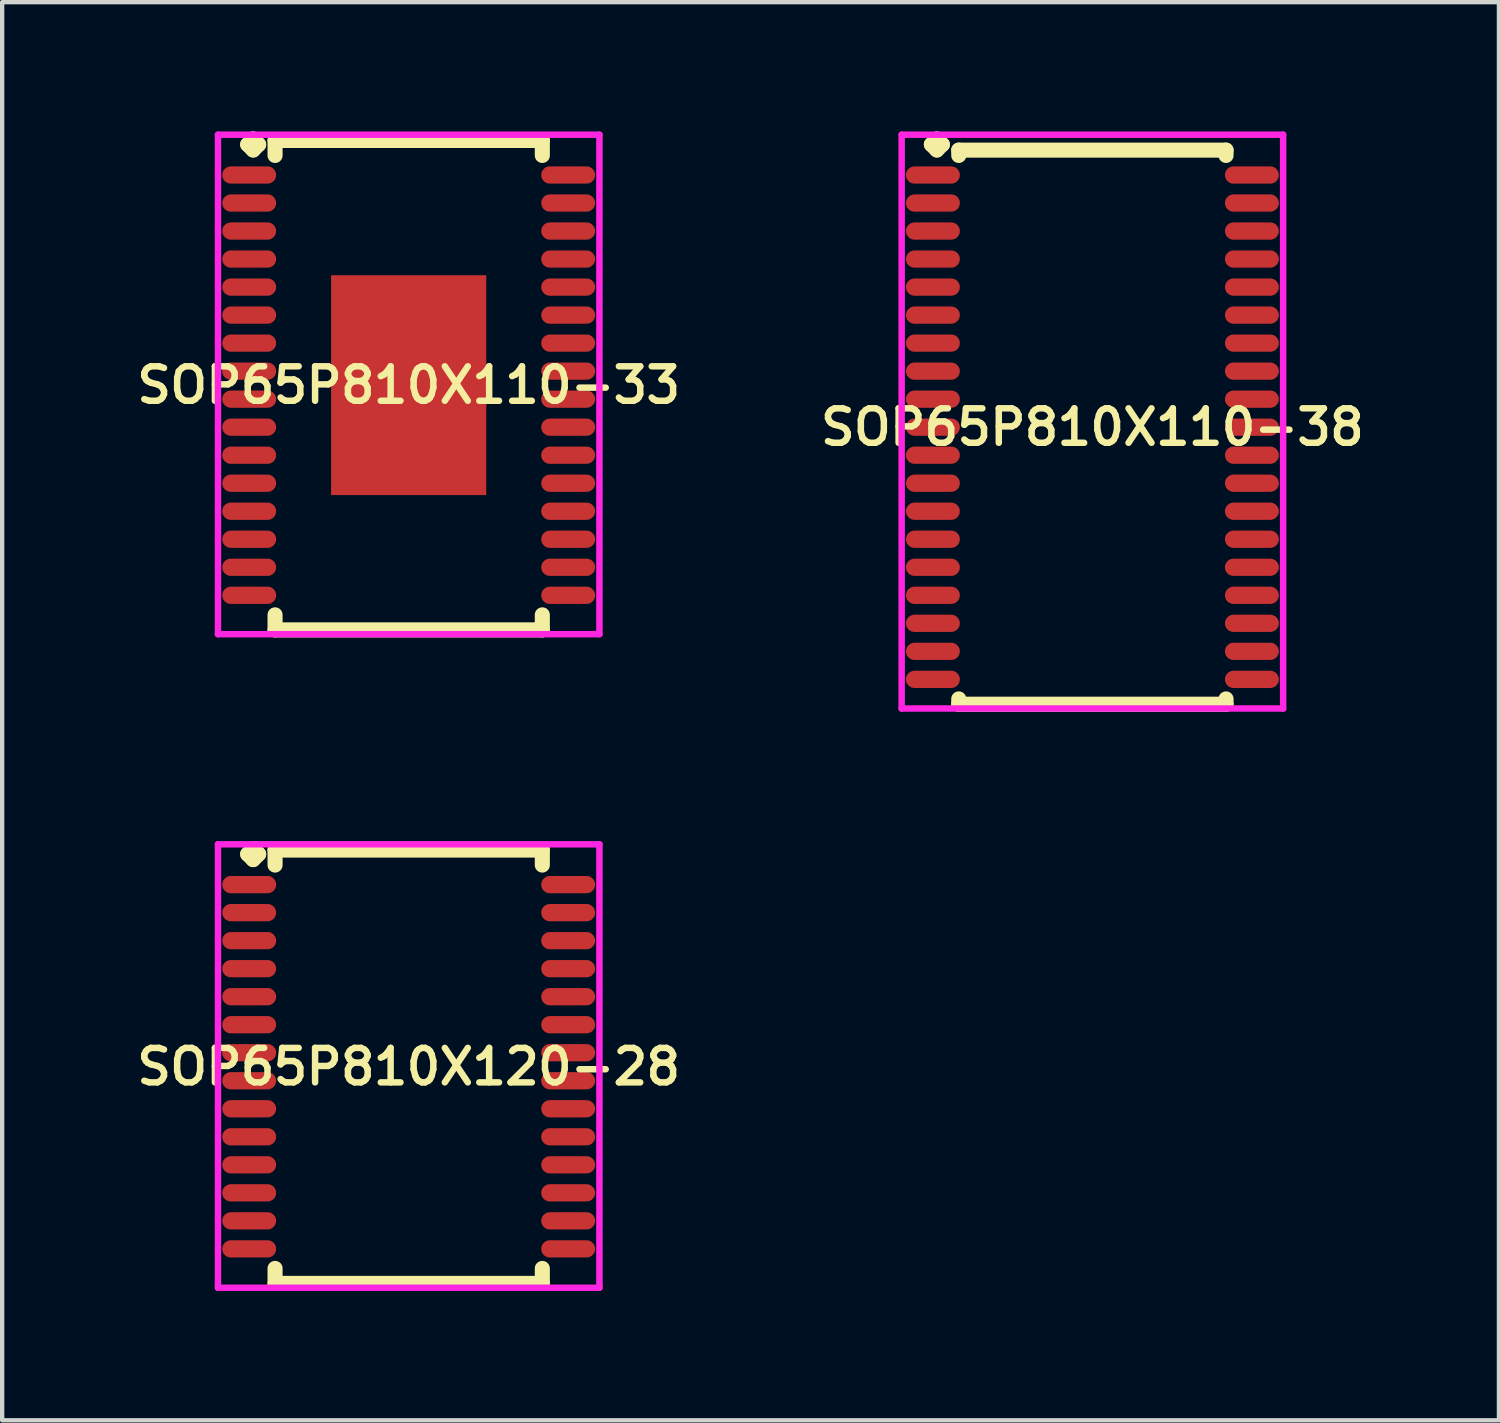
<source format=kicad_pcb>
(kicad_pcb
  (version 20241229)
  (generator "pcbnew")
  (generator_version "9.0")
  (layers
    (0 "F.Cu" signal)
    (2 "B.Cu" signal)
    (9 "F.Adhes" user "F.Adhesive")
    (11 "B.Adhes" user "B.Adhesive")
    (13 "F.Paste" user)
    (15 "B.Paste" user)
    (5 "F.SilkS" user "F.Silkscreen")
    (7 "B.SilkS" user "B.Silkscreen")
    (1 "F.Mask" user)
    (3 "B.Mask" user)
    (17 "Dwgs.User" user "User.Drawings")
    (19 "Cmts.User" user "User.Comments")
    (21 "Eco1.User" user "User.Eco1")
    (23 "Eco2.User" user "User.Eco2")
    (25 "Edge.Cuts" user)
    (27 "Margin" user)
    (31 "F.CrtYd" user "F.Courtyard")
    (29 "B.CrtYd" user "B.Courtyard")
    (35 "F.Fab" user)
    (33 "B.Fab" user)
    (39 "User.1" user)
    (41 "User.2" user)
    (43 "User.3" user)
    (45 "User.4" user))
  (footprint "SOP65P810X110-38"
    (layer "F.Cu")
    (at 22.292 6.86)
    (property "Reference" "SOP65P810X110-38" (at 0 0 0) (layer "F.SilkS") (effects (font (size 0.8 0.8) (thickness 0.15))))
    (attr smd)
    (fp_line (start -3.735 -6.558) (end -3.608 -6.685) (stroke (width 0.35) (type solid)) (layer "F.SilkS"))
    (fp_line (start -3.608 -6.685) (end -3.481 -6.558) (stroke (width 0.35) (type solid)) (layer "F.SilkS"))
    (fp_line (start -3.608 -6.431) (end -3.735 -6.558) (stroke (width 0.35) (type solid)) (layer "F.SilkS"))
    (fp_line (start -3.481 -6.558) (end -3.608 -6.431) (stroke (width 0.35) (type solid)) (layer "F.SilkS"))
    (fp_line (start -3.1 -6.427) (end 3.1 -6.427) (stroke (width 0.35) (type solid)) (layer "F.SilkS"))
    (fp_line (start -3.1 -6.304) (end -3.1 -6.427) (stroke (width 0.35) (type solid)) (layer "F.SilkS"))
    (fp_line (start -3.1 6.304) (end -3.1 6.427) (stroke (width 0.35) (type solid)) (layer "F.SilkS"))
    (fp_line (start -3.1 6.427) (end 3.1 6.427) (stroke (width 0.35) (type solid)) (layer "F.SilkS"))
    (fp_line (start 3.1 -6.427) (end 3.1 -6.304) (stroke (width 0.35) (type solid)) (layer "F.SilkS"))
    (fp_line (start 3.1 6.427) (end 3.1 6.304) (stroke (width 0.35) (type solid)) (layer "F.SilkS"))
    (fp_line (start -4.425 -6.785) (end 4.425 -6.785) (stroke (width 0.15) (type solid)) (layer "F.CrtYd"))
    (fp_line (start -4.425 6.527) (end -4.425 -6.785) (stroke (width 0.15) (type solid)) (layer "F.CrtYd"))
    (fp_line (start 4.425 -6.785) (end 4.425 6.527) (stroke (width 0.15) (type solid)) (layer "F.CrtYd"))
    (fp_line (start 4.425 6.527) (end -4.425 6.527) (stroke (width 0.15) (type solid)) (layer "F.CrtYd"))
    (pad "1" smd oval (at -3.7 -5.85) (size 1.25 0.4) (layers "F.Cu" "F.Mask" "F.Paste"))
    (pad "2" smd oval (at -3.7 -5.2) (size 1.25 0.4) (layers "F.Cu" "F.Mask" "F.Paste"))
    (pad "3" smd oval (at -3.7 -4.55) (size 1.25 0.4) (layers "F.Cu" "F.Mask" "F.Paste"))
    (pad "4" smd oval (at -3.7 -3.9) (size 1.25 0.4) (layers "F.Cu" "F.Mask" "F.Paste"))
    (pad "5" smd oval (at -3.7 -3.25) (size 1.25 0.4) (layers "F.Cu" "F.Mask" "F.Paste"))
    (pad "6" smd oval (at -3.7 -2.6) (size 1.25 0.4) (layers "F.Cu" "F.Mask" "F.Paste"))
    (pad "7" smd oval (at -3.7 -1.95) (size 1.25 0.4) (layers "F.Cu" "F.Mask" "F.Paste"))
    (pad "8" smd oval (at -3.7 -1.3) (size 1.25 0.4) (layers "F.Cu" "F.Mask" "F.Paste"))
    (pad "9" smd oval (at -3.7 -0.65) (size 1.25 0.4) (layers "F.Cu" "F.Mask" "F.Paste"))
    (pad "10" smd oval (at -3.7 0) (size 1.25 0.4) (layers "F.Cu" "F.Mask" "F.Paste"))
    (pad "11" smd oval (at -3.7 0.65) (size 1.25 0.4) (layers "F.Cu" "F.Mask" "F.Paste"))
    (pad "12" smd oval (at -3.7 1.3) (size 1.25 0.4) (layers "F.Cu" "F.Mask" "F.Paste"))
    (pad "13" smd oval (at -3.7 1.95) (size 1.25 0.4) (layers "F.Cu" "F.Mask" "F.Paste"))
    (pad "14" smd oval (at -3.7 2.6) (size 1.25 0.4) (layers "F.Cu" "F.Mask" "F.Paste"))
    (pad "15" smd oval (at -3.7 3.25) (size 1.25 0.4) (layers "F.Cu" "F.Mask" "F.Paste"))
    (pad "16" smd oval (at -3.7 3.9) (size 1.25 0.4) (layers "F.Cu" "F.Mask" "F.Paste"))
    (pad "17" smd oval (at -3.7 4.55) (size 1.25 0.4) (layers "F.Cu" "F.Mask" "F.Paste"))
    (pad "18" smd oval (at -3.7 5.2) (size 1.25 0.4) (layers "F.Cu" "F.Mask" "F.Paste"))
    (pad "19" smd oval (at -3.7 5.85) (size 1.25 0.4) (layers "F.Cu" "F.Mask" "F.Paste"))
    (pad "20" smd oval (at 3.7 5.85) (size 1.25 0.4) (layers "F.Cu" "F.Mask" "F.Paste"))
    (pad "21" smd oval (at 3.7 5.2) (size 1.25 0.4) (layers "F.Cu" "F.Mask" "F.Paste"))
    (pad "22" smd oval (at 3.7 4.55) (size 1.25 0.4) (layers "F.Cu" "F.Mask" "F.Paste"))
    (pad "23" smd oval (at 3.7 3.9) (size 1.25 0.4) (layers "F.Cu" "F.Mask" "F.Paste"))
    (pad "24" smd oval (at 3.7 3.25) (size 1.25 0.4) (layers "F.Cu" "F.Mask" "F.Paste"))
    (pad "25" smd oval (at 3.7 2.6) (size 1.25 0.4) (layers "F.Cu" "F.Mask" "F.Paste"))
    (pad "26" smd oval (at 3.7 1.95) (size 1.25 0.4) (layers "F.Cu" "F.Mask" "F.Paste"))
    (pad "27" smd oval (at 3.7 1.3) (size 1.25 0.4) (layers "F.Cu" "F.Mask" "F.Paste"))
    (pad "28" smd oval (at 3.7 0.65) (size 1.25 0.4) (layers "F.Cu" "F.Mask" "F.Paste"))
    (pad "29" smd oval (at 3.7 0) (size 1.25 0.4) (layers "F.Cu" "F.Mask" "F.Paste"))
    (pad "30" smd oval (at 3.7 -0.65) (size 1.25 0.4) (layers "F.Cu" "F.Mask" "F.Paste"))
    (pad "31" smd oval (at 3.7 -1.3) (size 1.25 0.4) (layers "F.Cu" "F.Mask" "F.Paste"))
    (pad "32" smd oval (at 3.7 -1.95) (size 1.25 0.4) (layers "F.Cu" "F.Mask" "F.Paste"))
    (pad "33" smd oval (at 3.7 -2.6) (size 1.25 0.4) (layers "F.Cu" "F.Mask" "F.Paste"))
    (pad "34" smd oval (at 3.7 -3.25) (size 1.25 0.4) (layers "F.Cu" "F.Mask" "F.Paste"))
    (pad "35" smd oval (at 3.7 -3.9) (size 1.25 0.4) (layers "F.Cu" "F.Mask" "F.Paste"))
    (pad "36" smd oval (at 3.7 -4.55) (size 1.25 0.4) (layers "F.Cu" "F.Mask" "F.Paste"))
    (pad "37" smd oval (at 3.7 -5.2) (size 1.25 0.4) (layers "F.Cu" "F.Mask" "F.Paste"))
    (pad "38" smd oval (at 3.7 -5.85) (size 1.25 0.4) (layers "F.Cu" "F.Mask" "F.Paste")))
  (footprint "SOP65P810X110-33"
    (layer "F.Cu")
    (at 6.431 5.885)
    (property "Reference" "SOP65P810X110-33" (at 0 0 0) (layer "F.SilkS") (effects (font (size 0.8 0.8) (thickness 0.15))))
    (attr through_hole)
    (fp_line (start -3.735 -5.583) (end -3.608 -5.71) (stroke (width 0.35) (type solid)) (layer "F.SilkS"))
    (fp_line (start -3.608 -5.71) (end -3.481 -5.583) (stroke (width 0.35) (type solid)) (layer "F.SilkS"))
    (fp_line (start -3.608 -5.456) (end -3.735 -5.583) (stroke (width 0.35) (type solid)) (layer "F.SilkS"))
    (fp_line (start -3.481 -5.583) (end -3.608 -5.456) (stroke (width 0.35) (type solid)) (layer "F.SilkS"))
    (fp_line (start -3.1 -5.677) (end 3.1 -5.677) (stroke (width 0.35) (type solid)) (layer "F.SilkS"))
    (fp_line (start -3.1 -5.329) (end -3.1 -5.677) (stroke (width 0.35) (type solid)) (layer "F.SilkS"))
    (fp_line (start -3.1 5.329) (end -3.1 5.677) (stroke (width 0.35) (type solid)) (layer "F.SilkS"))
    (fp_line (start -3.1 5.677) (end 3.1 5.677) (stroke (width 0.35) (type solid)) (layer "F.SilkS"))
    (fp_line (start 3.1 -5.677) (end 3.1 -5.329) (stroke (width 0.35) (type solid)) (layer "F.SilkS"))
    (fp_line (start 3.1 5.677) (end 3.1 5.329) (stroke (width 0.35) (type solid)) (layer "F.SilkS"))
    (fp_line (start -4.425 -5.81) (end 4.425 -5.81) (stroke (width 0.15) (type solid)) (layer "F.CrtYd"))
    (fp_line (start -4.425 5.777) (end -4.425 -5.81) (stroke (width 0.15) (type solid)) (layer "F.CrtYd"))
    (fp_line (start 4.425 -5.81) (end 4.425 5.777) (stroke (width 0.15) (type solid)) (layer "F.CrtYd"))
    (fp_line (start 4.425 5.777) (end -4.425 5.777) (stroke (width 0.15) (type solid)) (layer "F.CrtYd"))
    (pad "1" smd oval (at -3.7 -4.875) (size 1.25 0.4) (layers "F.Cu" "F.Mask" "F.Paste"))
    (pad "2" smd oval (at -3.7 -4.225) (size 1.25 0.4) (layers "F.Cu" "F.Mask" "F.Paste"))
    (pad "3" smd oval (at -3.7 -3.575) (size 1.25 0.4) (layers "F.Cu" "F.Mask" "F.Paste"))
    (pad "4" smd oval (at -3.7 -2.925) (size 1.25 0.4) (layers "F.Cu" "F.Mask" "F.Paste"))
    (pad "5" smd oval (at -3.7 -2.275) (size 1.25 0.4) (layers "F.Cu" "F.Mask" "F.Paste"))
    (pad "6" smd oval (at -3.7 -1.625) (size 1.25 0.4) (layers "F.Cu" "F.Mask" "F.Paste"))
    (pad "7" smd oval (at -3.7 -0.975) (size 1.25 0.4) (layers "F.Cu" "F.Mask" "F.Paste"))
    (pad "8" smd oval (at -3.7 -0.325) (size 1.25 0.4) (layers "F.Cu" "F.Mask" "F.Paste"))
    (pad "9" smd oval (at -3.7 0.325) (size 1.25 0.4) (layers "F.Cu" "F.Mask" "F.Paste"))
    (pad "10" smd oval (at -3.7 0.975) (size 1.25 0.4) (layers "F.Cu" "F.Mask" "F.Paste"))
    (pad "11" smd oval (at -3.7 1.625) (size 1.25 0.4) (layers "F.Cu" "F.Mask" "F.Paste"))
    (pad "12" smd oval (at -3.7 2.275) (size 1.25 0.4) (layers "F.Cu" "F.Mask" "F.Paste"))
    (pad "13" smd oval (at -3.7 2.925) (size 1.25 0.4) (layers "F.Cu" "F.Mask" "F.Paste"))
    (pad "14" smd oval (at -3.7 3.575) (size 1.25 0.4) (layers "F.Cu" "F.Mask" "F.Paste"))
    (pad "15" smd oval (at -3.7 4.225) (size 1.25 0.4) (layers "F.Cu" "F.Mask" "F.Paste"))
    (pad "16" smd oval (at -3.7 4.875) (size 1.25 0.4) (layers "F.Cu" "F.Mask" "F.Paste"))
    (pad "17" smd oval (at 3.7 4.875) (size 1.25 0.4) (layers "F.Cu" "F.Mask" "F.Paste"))
    (pad "18" smd oval (at 3.7 4.225) (size 1.25 0.4) (layers "F.Cu" "F.Mask" "F.Paste"))
    (pad "19" smd oval (at 3.7 3.575) (size 1.25 0.4) (layers "F.Cu" "F.Mask" "F.Paste"))
    (pad "20" smd oval (at 3.7 2.925) (size 1.25 0.4) (layers "F.Cu" "F.Mask" "F.Paste"))
    (pad "21" smd oval (at 3.7 2.275) (size 1.25 0.4) (layers "F.Cu" "F.Mask" "F.Paste"))
    (pad "22" smd oval (at 3.7 1.625) (size 1.25 0.4) (layers "F.Cu" "F.Mask" "F.Paste"))
    (pad "23" smd oval (at 3.7 0.975) (size 1.25 0.4) (layers "F.Cu" "F.Mask" "F.Paste"))
    (pad "24" smd oval (at 3.7 0.325) (size 1.25 0.4) (layers "F.Cu" "F.Mask" "F.Paste"))
    (pad "25" smd oval (at 3.7 -0.325) (size 1.25 0.4) (layers "F.Cu" "F.Mask" "F.Paste"))
    (pad "26" smd oval (at 3.7 -0.975) (size 1.25 0.4) (layers "F.Cu" "F.Mask" "F.Paste"))
    (pad "27" smd oval (at 3.7 -1.625) (size 1.25 0.4) (layers "F.Cu" "F.Mask" "F.Paste"))
    (pad "28" smd oval (at 3.7 -2.275) (size 1.25 0.4) (layers "F.Cu" "F.Mask" "F.Paste"))
    (pad "29" smd oval (at 3.7 -2.925) (size 1.25 0.4) (layers "F.Cu" "F.Mask" "F.Paste"))
    (pad "30" smd oval (at 3.7 -3.575) (size 1.25 0.4) (layers "F.Cu" "F.Mask" "F.Paste"))
    (pad "31" smd oval (at 3.7 -4.225) (size 1.25 0.4) (layers "F.Cu" "F.Mask" "F.Paste"))
    (pad "32" smd oval (at 3.7 -4.875) (size 1.25 0.4) (layers "F.Cu" "F.Mask" "F.Paste"))
    (pad "33" smd rect (at 0 0) (size 3.6 5.1) (layers "F.Cu" "F.Mask" "F.Paste")))
  (footprint "SOP65P810X120-28"
    (layer "F.Cu")
    (at 6.431 21.697)
    (property "Reference" "SOP65P810X120-28" (at 0 0 0) (layer "F.SilkS") (effects (font (size 0.8 0.8) (thickness 0.15))))
    (attr smd)
    (fp_line (start -3.735 -4.933) (end -3.608 -5.06) (stroke (width 0.35) (type solid)) (layer "F.SilkS"))
    (fp_line (start -3.608 -5.06) (end -3.481 -4.933) (stroke (width 0.35) (type solid)) (layer "F.SilkS"))
    (fp_line (start -3.608 -4.806) (end -3.735 -4.933) (stroke (width 0.35) (type solid)) (layer "F.SilkS"))
    (fp_line (start -3.481 -4.933) (end -3.608 -4.806) (stroke (width 0.35) (type solid)) (layer "F.SilkS"))
    (fp_line (start -3.1 -5.027) (end 3.1 -5.027) (stroke (width 0.35) (type solid)) (layer "F.SilkS"))
    (fp_line (start -3.1 -4.679) (end -3.1 -5.027) (stroke (width 0.35) (type solid)) (layer "F.SilkS"))
    (fp_line (start -3.1 4.679) (end -3.1 5.027) (stroke (width 0.35) (type solid)) (layer "F.SilkS"))
    (fp_line (start -3.1 5.027) (end 3.1 5.027) (stroke (width 0.35) (type solid)) (layer "F.SilkS"))
    (fp_line (start 3.1 -5.027) (end 3.1 -4.679) (stroke (width 0.35) (type solid)) (layer "F.SilkS"))
    (fp_line (start 3.1 5.027) (end 3.1 4.679) (stroke (width 0.35) (type solid)) (layer "F.SilkS"))
    (fp_line (start -4.425 -5.16) (end 4.425 -5.16) (stroke (width 0.15) (type solid)) (layer "F.CrtYd"))
    (fp_line (start -4.425 5.127) (end -4.425 -5.16) (stroke (width 0.15) (type solid)) (layer "F.CrtYd"))
    (fp_line (start 4.425 -5.16) (end 4.425 5.127) (stroke (width 0.15) (type solid)) (layer "F.CrtYd"))
    (fp_line (start 4.425 5.127) (end -4.425 5.127) (stroke (width 0.15) (type solid)) (layer "F.CrtYd"))
    (pad "1" smd oval (at -3.7 -4.225) (size 1.25 0.4) (layers "F.Cu" "F.Mask" "F.Paste"))
    (pad "2" smd oval (at -3.7 -3.575) (size 1.25 0.4) (layers "F.Cu" "F.Mask" "F.Paste"))
    (pad "3" smd oval (at -3.7 -2.925) (size 1.25 0.4) (layers "F.Cu" "F.Mask" "F.Paste"))
    (pad "4" smd oval (at -3.7 -2.275) (size 1.25 0.4) (layers "F.Cu" "F.Mask" "F.Paste"))
    (pad "5" smd oval (at -3.7 -1.625) (size 1.25 0.4) (layers "F.Cu" "F.Mask" "F.Paste"))
    (pad "6" smd oval (at -3.7 -0.975) (size 1.25 0.4) (layers "F.Cu" "F.Mask" "F.Paste"))
    (pad "7" smd oval (at -3.7 -0.325) (size 1.25 0.4) (layers "F.Cu" "F.Mask" "F.Paste"))
    (pad "8" smd oval (at -3.7 0.325) (size 1.25 0.4) (layers "F.Cu" "F.Mask" "F.Paste"))
    (pad "9" smd oval (at -3.7 0.975) (size 1.25 0.4) (layers "F.Cu" "F.Mask" "F.Paste"))
    (pad "10" smd oval (at -3.7 1.625) (size 1.25 0.4) (layers "F.Cu" "F.Mask" "F.Paste"))
    (pad "11" smd oval (at -3.7 2.275) (size 1.25 0.4) (layers "F.Cu" "F.Mask" "F.Paste"))
    (pad "12" smd oval (at -3.7 2.925) (size 1.25 0.4) (layers "F.Cu" "F.Mask" "F.Paste"))
    (pad "13" smd oval (at -3.7 3.575) (size 1.25 0.4) (layers "F.Cu" "F.Mask" "F.Paste"))
    (pad "14" smd oval (at -3.7 4.225) (size 1.25 0.4) (layers "F.Cu" "F.Mask" "F.Paste"))
    (pad "15" smd oval (at 3.7 4.225) (size 1.25 0.4) (layers "F.Cu" "F.Mask" "F.Paste"))
    (pad "16" smd oval (at 3.7 3.575) (size 1.25 0.4) (layers "F.Cu" "F.Mask" "F.Paste"))
    (pad "17" smd oval (at 3.7 2.925) (size 1.25 0.4) (layers "F.Cu" "F.Mask" "F.Paste"))
    (pad "18" smd oval (at 3.7 2.275) (size 1.25 0.4) (layers "F.Cu" "F.Mask" "F.Paste"))
    (pad "19" smd oval (at 3.7 1.625) (size 1.25 0.4) (layers "F.Cu" "F.Mask" "F.Paste"))
    (pad "20" smd oval (at 3.7 0.975) (size 1.25 0.4) (layers "F.Cu" "F.Mask" "F.Paste"))
    (pad "21" smd oval (at 3.7 0.325) (size 1.25 0.4) (layers "F.Cu" "F.Mask" "F.Paste"))
    (pad "22" smd oval (at 3.7 -0.325) (size 1.25 0.4) (layers "F.Cu" "F.Mask" "F.Paste"))
    (pad "23" smd oval (at 3.7 -0.975) (size 1.25 0.4) (layers "F.Cu" "F.Mask" "F.Paste"))
    (pad "24" smd oval (at 3.7 -1.625) (size 1.25 0.4) (layers "F.Cu" "F.Mask" "F.Paste"))
    (pad "25" smd oval (at 3.7 -2.275) (size 1.25 0.4) (layers "F.Cu" "F.Mask" "F.Paste"))
    (pad "26" smd oval (at 3.7 -2.925) (size 1.25 0.4) (layers "F.Cu" "F.Mask" "F.Paste"))
    (pad "27" smd oval (at 3.7 -3.575) (size 1.25 0.4) (layers "F.Cu" "F.Mask" "F.Paste"))
    (pad "28" smd oval (at 3.7 -4.225) (size 1.25 0.4) (layers "F.Cu" "F.Mask" "F.Paste")))
  (gr_rect
    (start -3 -3)
    (end 31.723 29.899)
    (stroke (width 0.1) (type default))
    (fill no)
    (layer "Edge.Cuts")))
</source>
